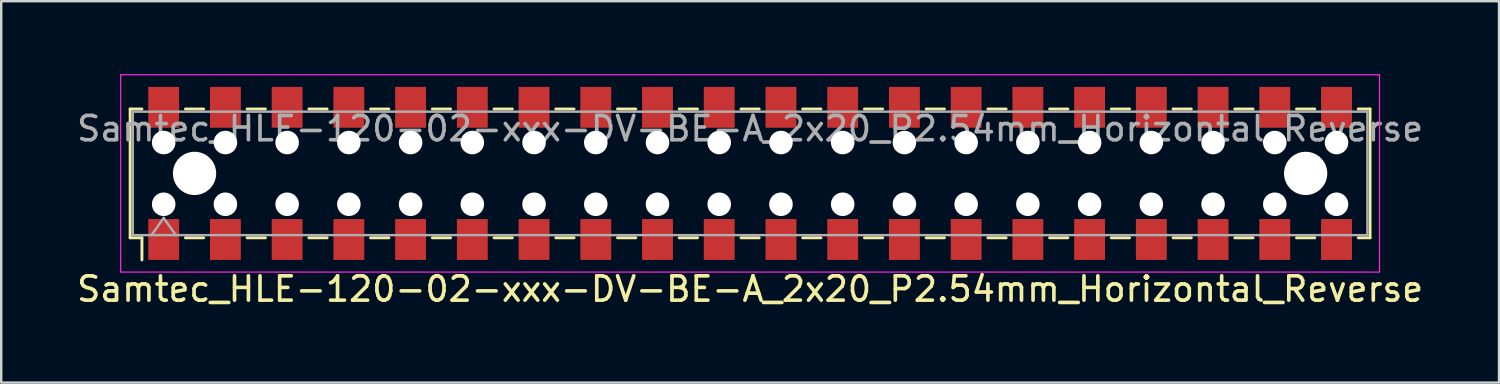
<source format=kicad_pcb>
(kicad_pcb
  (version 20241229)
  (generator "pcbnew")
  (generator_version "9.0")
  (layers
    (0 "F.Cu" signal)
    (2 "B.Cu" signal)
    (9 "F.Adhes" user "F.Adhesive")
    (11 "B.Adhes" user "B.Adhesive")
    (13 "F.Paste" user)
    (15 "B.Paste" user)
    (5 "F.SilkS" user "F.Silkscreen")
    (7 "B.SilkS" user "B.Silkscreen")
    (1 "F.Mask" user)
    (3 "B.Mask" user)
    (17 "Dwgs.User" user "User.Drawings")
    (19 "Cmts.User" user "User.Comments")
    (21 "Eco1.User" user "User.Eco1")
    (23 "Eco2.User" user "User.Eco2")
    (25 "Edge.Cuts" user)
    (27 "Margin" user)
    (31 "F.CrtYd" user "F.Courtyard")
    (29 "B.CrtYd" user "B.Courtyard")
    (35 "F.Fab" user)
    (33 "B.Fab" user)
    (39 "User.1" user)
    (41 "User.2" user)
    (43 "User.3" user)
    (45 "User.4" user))
  (footprint "Samtec_HLE-120-02-xxx-DV-BE-A_2x20_P2.54mm_Horizontal_Reverse"
    (layer "F.Cu")
    (at 27.815 4.085)
    (property "Reference" "Samtec_HLE-120-02-xxx-DV-BE-A_2x20_P2.54mm_Horizontal_Reverse" (at 0 4.76 180) (layer "F.SilkS") (effects (font (size 1 1) (thickness 0.15))))
    (attr smd)
    (fp_line (start -25.51 -2.65) (end -25.025 -2.65) (stroke (width 0.12) (type solid)) (layer "F.SilkS"))
    (fp_line (start -25.51 2.65) (end -25.51 -2.65) (stroke (width 0.12) (type solid)) (layer "F.SilkS"))
    (fp_line (start -25.025 2.65) (end -25.51 2.65) (stroke (width 0.12) (type solid)) (layer "F.SilkS"))
    (fp_line (start -25.025 3.56) (end -25.025 2.65) (stroke (width 0.12) (type solid)) (layer "F.SilkS"))
    (fp_line (start -23.235 -2.65) (end -22.485 -2.65) (stroke (width 0.12) (type solid)) (layer "F.SilkS"))
    (fp_line (start -23.235 2.65) (end -22.485 2.65) (stroke (width 0.12) (type solid)) (layer "F.SilkS"))
    (fp_line (start -20.695 -2.65) (end -19.945 -2.65) (stroke (width 0.12) (type solid)) (layer "F.SilkS"))
    (fp_line (start -20.695 2.65) (end -19.945 2.65) (stroke (width 0.12) (type solid)) (layer "F.SilkS"))
    (fp_line (start -18.155 -2.65) (end -17.405 -2.65) (stroke (width 0.12) (type solid)) (layer "F.SilkS"))
    (fp_line (start -18.155 2.65) (end -17.405 2.65) (stroke (width 0.12) (type solid)) (layer "F.SilkS"))
    (fp_line (start -15.615 -2.65) (end -14.865 -2.65) (stroke (width 0.12) (type solid)) (layer "F.SilkS"))
    (fp_line (start -15.615 2.65) (end -14.865 2.65) (stroke (width 0.12) (type solid)) (layer "F.SilkS"))
    (fp_line (start -13.075 -2.65) (end -12.325 -2.65) (stroke (width 0.12) (type solid)) (layer "F.SilkS"))
    (fp_line (start -13.075 2.65) (end -12.325 2.65) (stroke (width 0.12) (type solid)) (layer "F.SilkS"))
    (fp_line (start -10.535 -2.65) (end -9.785 -2.65) (stroke (width 0.12) (type solid)) (layer "F.SilkS"))
    (fp_line (start -10.535 2.65) (end -9.785 2.65) (stroke (width 0.12) (type solid)) (layer "F.SilkS"))
    (fp_line (start -7.995 -2.65) (end -7.245 -2.65) (stroke (width 0.12) (type solid)) (layer "F.SilkS"))
    (fp_line (start -7.995 2.65) (end -7.245 2.65) (stroke (width 0.12) (type solid)) (layer "F.SilkS"))
    (fp_line (start -5.455 -2.65) (end -4.705 -2.65) (stroke (width 0.12) (type solid)) (layer "F.SilkS"))
    (fp_line (start -5.455 2.65) (end -4.705 2.65) (stroke (width 0.12) (type solid)) (layer "F.SilkS"))
    (fp_line (start -2.915 -2.65) (end -2.165 -2.65) (stroke (width 0.12) (type solid)) (layer "F.SilkS"))
    (fp_line (start -2.915 2.65) (end -2.165 2.65) (stroke (width 0.12) (type solid)) (layer "F.SilkS"))
    (fp_line (start -0.375 -2.65) (end 0.375 -2.65) (stroke (width 0.12) (type solid)) (layer "F.SilkS"))
    (fp_line (start -0.375 2.65) (end 0.375 2.65) (stroke (width 0.12) (type solid)) (layer "F.SilkS"))
    (fp_line (start 2.165 -2.65) (end 2.915 -2.65) (stroke (width 0.12) (type solid)) (layer "F.SilkS"))
    (fp_line (start 2.165 2.65) (end 2.915 2.65) (stroke (width 0.12) (type solid)) (layer "F.SilkS"))
    (fp_line (start 4.705 -2.65) (end 5.455 -2.65) (stroke (width 0.12) (type solid)) (layer "F.SilkS"))
    (fp_line (start 4.705 2.65) (end 5.455 2.65) (stroke (width 0.12) (type solid)) (layer "F.SilkS"))
    (fp_line (start 7.245 -2.65) (end 7.995 -2.65) (stroke (width 0.12) (type solid)) (layer "F.SilkS"))
    (fp_line (start 7.245 2.65) (end 7.995 2.65) (stroke (width 0.12) (type solid)) (layer "F.SilkS"))
    (fp_line (start 9.785 -2.65) (end 10.535 -2.65) (stroke (width 0.12) (type solid)) (layer "F.SilkS"))
    (fp_line (start 9.785 2.65) (end 10.535 2.65) (stroke (width 0.12) (type solid)) (layer "F.SilkS"))
    (fp_line (start 12.325 -2.65) (end 13.075 -2.65) (stroke (width 0.12) (type solid)) (layer "F.SilkS"))
    (fp_line (start 12.325 2.65) (end 13.075 2.65) (stroke (width 0.12) (type solid)) (layer "F.SilkS"))
    (fp_line (start 14.865 -2.65) (end 15.615 -2.65) (stroke (width 0.12) (type solid)) (layer "F.SilkS"))
    (fp_line (start 14.865 2.65) (end 15.615 2.65) (stroke (width 0.12) (type solid)) (layer "F.SilkS"))
    (fp_line (start 17.405 -2.65) (end 18.155 -2.65) (stroke (width 0.12) (type solid)) (layer "F.SilkS"))
    (fp_line (start 17.405 2.65) (end 18.155 2.65) (stroke (width 0.12) (type solid)) (layer "F.SilkS"))
    (fp_line (start 19.945 -2.65) (end 20.695 -2.65) (stroke (width 0.12) (type solid)) (layer "F.SilkS"))
    (fp_line (start 19.945 2.65) (end 20.695 2.65) (stroke (width 0.12) (type solid)) (layer "F.SilkS"))
    (fp_line (start 22.485 -2.65) (end 23.235 -2.65) (stroke (width 0.12) (type solid)) (layer "F.SilkS"))
    (fp_line (start 22.485 2.65) (end 23.235 2.65) (stroke (width 0.12) (type solid)) (layer "F.SilkS"))
    (fp_line (start 25.025 2.65) (end 25.51 2.65) (stroke (width 0.12) (type solid)) (layer "F.SilkS"))
    (fp_line (start 25.51 -2.65) (end 25.025 -2.65) (stroke (width 0.12) (type solid)) (layer "F.SilkS"))
    (fp_line (start 25.51 2.65) (end 25.51 -2.65) (stroke (width 0.12) (type solid)) (layer "F.SilkS"))
    (fp_line (start -25.9 -4.06) (end -25.9 4.06) (stroke (width 0.05) (type solid)) (layer "F.CrtYd"))
    (fp_line (start -25.9 4.06) (end 25.9 4.06) (stroke (width 0.05) (type solid)) (layer "F.CrtYd"))
    (fp_line (start 25.9 -4.06) (end -25.9 -4.06) (stroke (width 0.05) (type solid)) (layer "F.CrtYd"))
    (fp_line (start 25.9 4.06) (end 25.9 -4.06) (stroke (width 0.05) (type solid)) (layer "F.CrtYd"))
    (fp_line (start -25.4 -2.54) (end -25.4 2.54) (stroke (width 0.1) (type solid)) (layer "F.Fab"))
    (fp_line (start -25.4 2.54) (end 25.4 2.54) (stroke (width 0.1) (type solid)) (layer "F.Fab"))
    (fp_line (start -24.63 2.54) (end -24.13 1.833) (stroke (width 0.1) (type solid)) (layer "F.Fab"))
    (fp_line (start -24.13 1.833) (end -23.63 2.54) (stroke (width 0.1) (type solid)) (layer "F.Fab"))
    (fp_line (start 25.4 -2.54) (end -25.4 -2.54) (stroke (width 0.1) (type solid)) (layer "F.Fab"))
    (fp_line (start 25.4 2.54) (end 25.4 -2.54) (stroke (width 0.1) (type solid)) (layer "F.Fab"))
    (fp_text user "${REFERENCE}" (at 0 -1.84 180) (layer "F.Fab") (effects (font (size 1 1) (thickness 0.15))))
    (pad "" np_thru_hole circle (at -24.13 -1.27 180) (size 0.97 0.97) (drill 0.97) (layers "*.Cu" "*.Mask"))
    (pad "" np_thru_hole circle (at -24.13 1.27 180) (size 0.97 0.97) (drill 0.97) (layers "*.Cu" "*.Mask"))
    (pad "" np_thru_hole circle (at -22.86 0 180) (size 1.78 1.78) (drill 1.78) (layers "*.Cu" "*.Mask"))
    (pad "" np_thru_hole circle (at -21.59 -1.27 180) (size 0.97 0.97) (drill 0.97) (layers "*.Cu" "*.Mask"))
    (pad "" np_thru_hole circle (at -21.59 1.27 180) (size 0.97 0.97) (drill 0.97) (layers "*.Cu" "*.Mask"))
    (pad "" np_thru_hole circle (at -19.05 -1.27 180) (size 0.97 0.97) (drill 0.97) (layers "*.Cu" "*.Mask"))
    (pad "" np_thru_hole circle (at -19.05 1.27 180) (size 0.97 0.97) (drill 0.97) (layers "*.Cu" "*.Mask"))
    (pad "" np_thru_hole circle (at -16.51 -1.27 180) (size 0.97 0.97) (drill 0.97) (layers "*.Cu" "*.Mask"))
    (pad "" np_thru_hole circle (at -16.51 1.27 180) (size 0.97 0.97) (drill 0.97) (layers "*.Cu" "*.Mask"))
    (pad "" np_thru_hole circle (at -13.97 -1.27 180) (size 0.97 0.97) (drill 0.97) (layers "*.Cu" "*.Mask"))
    (pad "" np_thru_hole circle (at -13.97 1.27 180) (size 0.97 0.97) (drill 0.97) (layers "*.Cu" "*.Mask"))
    (pad "" np_thru_hole circle (at -11.43 -1.27 180) (size 0.97 0.97) (drill 0.97) (layers "*.Cu" "*.Mask"))
    (pad "" np_thru_hole circle (at -11.43 1.27 180) (size 0.97 0.97) (drill 0.97) (layers "*.Cu" "*.Mask"))
    (pad "" np_thru_hole circle (at -8.89 -1.27 180) (size 0.97 0.97) (drill 0.97) (layers "*.Cu" "*.Mask"))
    (pad "" np_thru_hole circle (at -8.89 1.27 180) (size 0.97 0.97) (drill 0.97) (layers "*.Cu" "*.Mask"))
    (pad "" np_thru_hole circle (at -6.35 -1.27 180) (size 0.97 0.97) (drill 0.97) (layers "*.Cu" "*.Mask"))
    (pad "" np_thru_hole circle (at -6.35 1.27 180) (size 0.97 0.97) (drill 0.97) (layers "*.Cu" "*.Mask"))
    (pad "" np_thru_hole circle (at -3.81 -1.27 180) (size 0.97 0.97) (drill 0.97) (layers "*.Cu" "*.Mask"))
    (pad "" np_thru_hole circle (at -3.81 1.27 180) (size 0.97 0.97) (drill 0.97) (layers "*.Cu" "*.Mask"))
    (pad "" np_thru_hole circle (at -1.27 -1.27 180) (size 0.97 0.97) (drill 0.97) (layers "*.Cu" "*.Mask"))
    (pad "" np_thru_hole circle (at -1.27 1.27 180) (size 0.97 0.97) (drill 0.97) (layers "*.Cu" "*.Mask"))
    (pad "" np_thru_hole circle (at 1.27 -1.27 180) (size 0.97 0.97) (drill 0.97) (layers "*.Cu" "*.Mask"))
    (pad "" np_thru_hole circle (at 1.27 1.27 180) (size 0.97 0.97) (drill 0.97) (layers "*.Cu" "*.Mask"))
    (pad "" np_thru_hole circle (at 3.81 -1.27 180) (size 0.97 0.97) (drill 0.97) (layers "*.Cu" "*.Mask"))
    (pad "" np_thru_hole circle (at 3.81 1.27 180) (size 0.97 0.97) (drill 0.97) (layers "*.Cu" "*.Mask"))
    (pad "" np_thru_hole circle (at 6.35 -1.27 180) (size 0.97 0.97) (drill 0.97) (layers "*.Cu" "*.Mask"))
    (pad "" np_thru_hole circle (at 6.35 1.27 180) (size 0.97 0.97) (drill 0.97) (layers "*.Cu" "*.Mask"))
    (pad "" np_thru_hole circle (at 8.89 -1.27 180) (size 0.97 0.97) (drill 0.97) (layers "*.Cu" "*.Mask"))
    (pad "" np_thru_hole circle (at 8.89 1.27 180) (size 0.97 0.97) (drill 0.97) (layers "*.Cu" "*.Mask"))
    (pad "" np_thru_hole circle (at 11.43 -1.27 180) (size 0.97 0.97) (drill 0.97) (layers "*.Cu" "*.Mask"))
    (pad "" np_thru_hole circle (at 11.43 1.27 180) (size 0.97 0.97) (drill 0.97) (layers "*.Cu" "*.Mask"))
    (pad "" np_thru_hole circle (at 13.97 -1.27 180) (size 0.97 0.97) (drill 0.97) (layers "*.Cu" "*.Mask"))
    (pad "" np_thru_hole circle (at 13.97 1.27 180) (size 0.97 0.97) (drill 0.97) (layers "*.Cu" "*.Mask"))
    (pad "" np_thru_hole circle (at 16.51 -1.27 180) (size 0.97 0.97) (drill 0.97) (layers "*.Cu" "*.Mask"))
    (pad "" np_thru_hole circle (at 16.51 1.27 180) (size 0.97 0.97) (drill 0.97) (layers "*.Cu" "*.Mask"))
    (pad "" np_thru_hole circle (at 19.05 -1.27 180) (size 0.97 0.97) (drill 0.97) (layers "*.Cu" "*.Mask"))
    (pad "" np_thru_hole circle (at 19.05 1.27 180) (size 0.97 0.97) (drill 0.97) (layers "*.Cu" "*.Mask"))
    (pad "" np_thru_hole circle (at 21.59 -1.27 180) (size 0.97 0.97) (drill 0.97) (layers "*.Cu" "*.Mask"))
    (pad "" np_thru_hole circle (at 21.59 1.27 180) (size 0.97 0.97) (drill 0.97) (layers "*.Cu" "*.Mask"))
    (pad "" np_thru_hole circle (at 22.86 0 180) (size 1.78 1.78) (drill 1.78) (layers "*.Cu" "*.Mask"))
    (pad "" np_thru_hole circle (at 24.13 -1.27 180) (size 0.97 0.97) (drill 0.97) (layers "*.Cu" "*.Mask"))
    (pad "" np_thru_hole circle (at 24.13 1.27 180) (size 0.97 0.97) (drill 0.97) (layers "*.Cu" "*.Mask"))
    (pad "1" smd rect (at -24.13 2.72 180) (size 1.27 1.68) (layers "F.Cu" "F.Mask" "F.Paste"))
    (pad "2" smd rect (at -24.13 -2.72 180) (size 1.27 1.68) (layers "F.Cu" "F.Mask" "F.Paste"))
    (pad "3" smd rect (at -21.59 2.72 180) (size 1.27 1.68) (layers "F.Cu" "F.Mask" "F.Paste"))
    (pad "4" smd rect (at -21.59 -2.72 180) (size 1.27 1.68) (layers "F.Cu" "F.Mask" "F.Paste"))
    (pad "5" smd rect (at -19.05 2.72 180) (size 1.27 1.68) (layers "F.Cu" "F.Mask" "F.Paste"))
    (pad "6" smd rect (at -19.05 -2.72 180) (size 1.27 1.68) (layers "F.Cu" "F.Mask" "F.Paste"))
    (pad "7" smd rect (at -16.51 2.72 180) (size 1.27 1.68) (layers "F.Cu" "F.Mask" "F.Paste"))
    (pad "8" smd rect (at -16.51 -2.72 180) (size 1.27 1.68) (layers "F.Cu" "F.Mask" "F.Paste"))
    (pad "9" smd rect (at -13.97 2.72 180) (size 1.27 1.68) (layers "F.Cu" "F.Mask" "F.Paste"))
    (pad "10" smd rect (at -13.97 -2.72 180) (size 1.27 1.68) (layers "F.Cu" "F.Mask" "F.Paste"))
    (pad "11" smd rect (at -11.43 2.72 180) (size 1.27 1.68) (layers "F.Cu" "F.Mask" "F.Paste"))
    (pad "12" smd rect (at -11.43 -2.72 180) (size 1.27 1.68) (layers "F.Cu" "F.Mask" "F.Paste"))
    (pad "13" smd rect (at -8.89 2.72 180) (size 1.27 1.68) (layers "F.Cu" "F.Mask" "F.Paste"))
    (pad "14" smd rect (at -8.89 -2.72 180) (size 1.27 1.68) (layers "F.Cu" "F.Mask" "F.Paste"))
    (pad "15" smd rect (at -6.35 2.72 180) (size 1.27 1.68) (layers "F.Cu" "F.Mask" "F.Paste"))
    (pad "16" smd rect (at -6.35 -2.72 180) (size 1.27 1.68) (layers "F.Cu" "F.Mask" "F.Paste"))
    (pad "17" smd rect (at -3.81 2.72 180) (size 1.27 1.68) (layers "F.Cu" "F.Mask" "F.Paste"))
    (pad "18" smd rect (at -3.81 -2.72 180) (size 1.27 1.68) (layers "F.Cu" "F.Mask" "F.Paste"))
    (pad "19" smd rect (at -1.27 2.72 180) (size 1.27 1.68) (layers "F.Cu" "F.Mask" "F.Paste"))
    (pad "20" smd rect (at -1.27 -2.72 180) (size 1.27 1.68) (layers "F.Cu" "F.Mask" "F.Paste"))
    (pad "21" smd rect (at 1.27 2.72 180) (size 1.27 1.68) (layers "F.Cu" "F.Mask" "F.Paste"))
    (pad "22" smd rect (at 1.27 -2.72 180) (size 1.27 1.68) (layers "F.Cu" "F.Mask" "F.Paste"))
    (pad "23" smd rect (at 3.81 2.72 180) (size 1.27 1.68) (layers "F.Cu" "F.Mask" "F.Paste"))
    (pad "24" smd rect (at 3.81 -2.72 180) (size 1.27 1.68) (layers "F.Cu" "F.Mask" "F.Paste"))
    (pad "25" smd rect (at 6.35 2.72 180) (size 1.27 1.68) (layers "F.Cu" "F.Mask" "F.Paste"))
    (pad "26" smd rect (at 6.35 -2.72 180) (size 1.27 1.68) (layers "F.Cu" "F.Mask" "F.Paste"))
    (pad "27" smd rect (at 8.89 2.72 180) (size 1.27 1.68) (layers "F.Cu" "F.Mask" "F.Paste"))
    (pad "28" smd rect (at 8.89 -2.72 180) (size 1.27 1.68) (layers "F.Cu" "F.Mask" "F.Paste"))
    (pad "29" smd rect (at 11.43 2.72 180) (size 1.27 1.68) (layers "F.Cu" "F.Mask" "F.Paste"))
    (pad "30" smd rect (at 11.43 -2.72 180) (size 1.27 1.68) (layers "F.Cu" "F.Mask" "F.Paste"))
    (pad "31" smd rect (at 13.97 2.72 180) (size 1.27 1.68) (layers "F.Cu" "F.Mask" "F.Paste"))
    (pad "32" smd rect (at 13.97 -2.72 180) (size 1.27 1.68) (layers "F.Cu" "F.Mask" "F.Paste"))
    (pad "33" smd rect (at 16.51 2.72 180) (size 1.27 1.68) (layers "F.Cu" "F.Mask" "F.Paste"))
    (pad "34" smd rect (at 16.51 -2.72 180) (size 1.27 1.68) (layers "F.Cu" "F.Mask" "F.Paste"))
    (pad "35" smd rect (at 19.05 2.72 180) (size 1.27 1.68) (layers "F.Cu" "F.Mask" "F.Paste"))
    (pad "36" smd rect (at 19.05 -2.72 180) (size 1.27 1.68) (layers "F.Cu" "F.Mask" "F.Paste"))
    (pad "37" smd rect (at 21.59 2.72 180) (size 1.27 1.68) (layers "F.Cu" "F.Mask" "F.Paste"))
    (pad "38" smd rect (at 21.59 -2.72 180) (size 1.27 1.68) (layers "F.Cu" "F.Mask" "F.Paste"))
    (pad "39" smd rect (at 24.13 2.72 180) (size 1.27 1.68) (layers "F.Cu" "F.Mask" "F.Paste"))
    (pad "40" smd rect (at 24.13 -2.72 180) (size 1.27 1.68) (layers "F.Cu" "F.Mask" "F.Paste")))
  (gr_rect
    (start -3 -3)
    (end 58.631 12.693)
    (stroke (width 0.1) (type default))
    (fill no)
    (layer "Edge.Cuts")))
</source>
